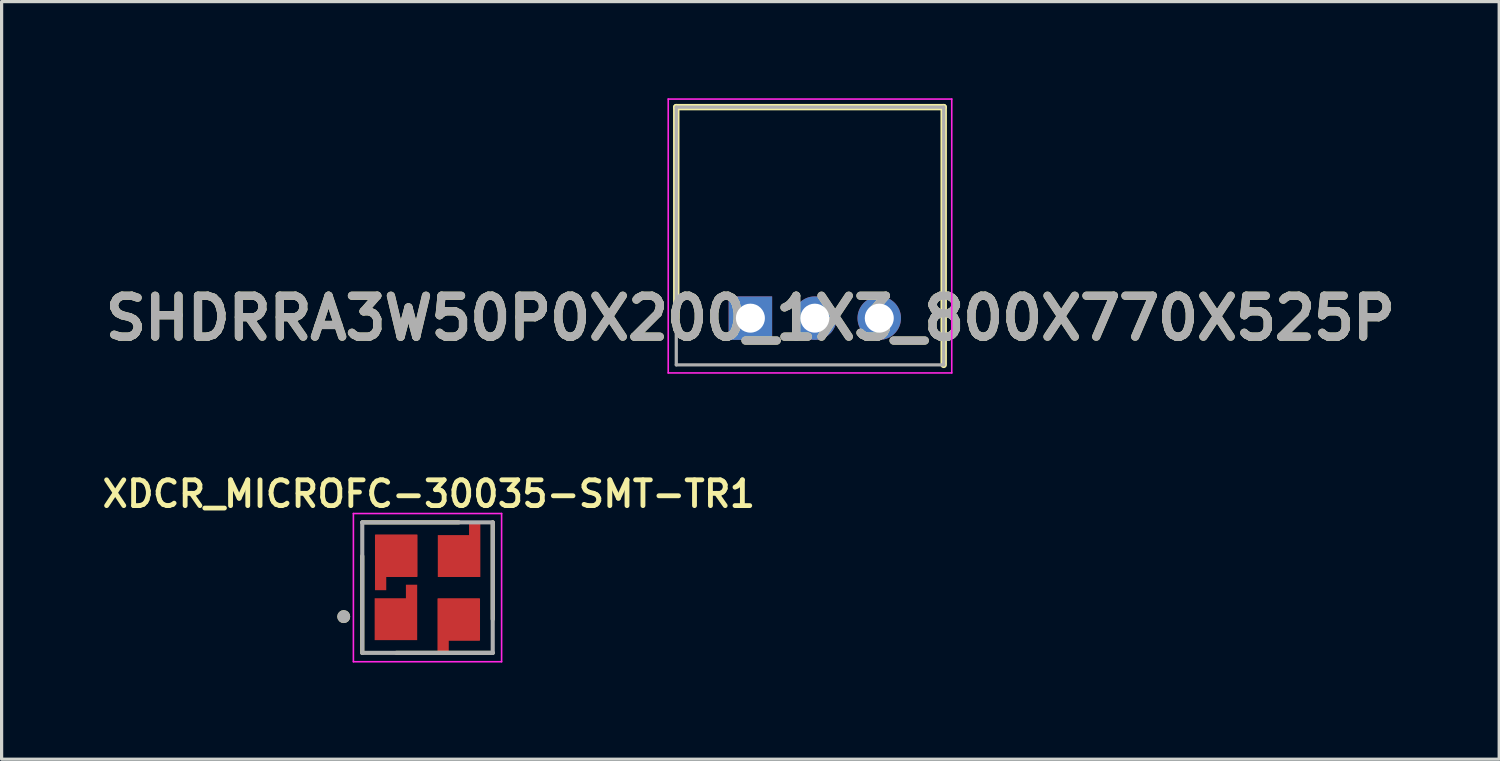
<source format=kicad_pcb>
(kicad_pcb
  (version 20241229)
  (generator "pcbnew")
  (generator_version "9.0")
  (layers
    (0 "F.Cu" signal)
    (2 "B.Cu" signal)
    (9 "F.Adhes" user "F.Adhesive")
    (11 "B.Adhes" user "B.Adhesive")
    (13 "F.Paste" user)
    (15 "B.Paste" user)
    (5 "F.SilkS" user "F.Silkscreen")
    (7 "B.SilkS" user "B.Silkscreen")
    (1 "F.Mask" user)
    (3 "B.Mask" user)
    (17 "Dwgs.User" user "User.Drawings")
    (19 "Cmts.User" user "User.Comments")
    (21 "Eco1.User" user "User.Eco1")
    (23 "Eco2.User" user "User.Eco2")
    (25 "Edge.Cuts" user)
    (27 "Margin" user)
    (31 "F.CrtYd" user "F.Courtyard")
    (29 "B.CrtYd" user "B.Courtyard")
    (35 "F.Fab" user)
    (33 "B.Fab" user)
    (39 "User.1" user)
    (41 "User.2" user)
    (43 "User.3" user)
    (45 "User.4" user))
  (footprint "XDCR_MICROFC-30035-SMT-TR1"
    (layer "F.Cu")
    (at 10.219 15.189)
    (property "Reference" "XDCR_MICROFC-30035-SMT-TR1" (at 0.04 -2.908 0) (layer "F.SilkS") (effects (font (size 0.8 0.8) (thickness 0.15))))
    (attr smd)
    (fp_poly (pts (xy -2.08 -1.69) (xy -0.28 -1.69) (xy -0.28 -0.29) (xy -1.66 -0.29) (xy -1.66 -1.26) (xy -2.08 -1.26)) (stroke (width 0.001) (type solid)) (fill yes) (layer "F.Mask"))
    (fp_poly (pts (xy -1.68 2.09) (xy -1.68 0.29) (xy -0.28 0.29) (xy -0.28 1.67) (xy -1.25 1.67) (xy -1.25 2.09)) (stroke (width 0.001) (type solid)) (fill yes) (layer "F.Mask"))
    (fp_poly (pts (xy 1.68 -2.09) (xy 1.68 -0.29) (xy 0.28 -0.29) (xy 0.28 -1.67) (xy 1.25 -1.67) (xy 1.25 -2.09)) (stroke (width 0.001) (type solid)) (fill yes) (layer "F.Mask"))
    (fp_poly (pts (xy 2.08 1.69) (xy 0.28 1.69) (xy 0.28 0.29) (xy 1.66 0.29) (xy 1.66 1.26) (xy 2.08 1.26)) (stroke (width 0.001) (type solid)) (fill yes) (layer "F.Mask"))
    (fp_line (start -2.025 -2.025) (end 0.97 -2.025) (stroke (width 0.127) (type solid)) (layer "F.SilkS"))
    (fp_line (start -2.025 -0.98) (end -2.025 2.025) (stroke (width 0.127) (type solid)) (layer "F.SilkS"))
    (fp_line (start -0.97 2.025) (end 2.025 2.025) (stroke (width 0.127) (type solid)) (layer "F.SilkS"))
    (fp_line (start 2.025 -2.025) (end 2.025 0.98) (stroke (width 0.127) (type solid)) (layer "F.SilkS"))
    (fp_circle (center -2.6 0.9) (end -2.5 0.9) (stroke (width 0.2) (type solid)) (fill no) (layer "F.SilkS"))
    (fp_poly (pts (xy -2.04 -1.65) (xy -0.32 -1.65) (xy -0.32 -0.33) (xy -1.62 -0.33) (xy -1.62 -1.3) (xy -2.04 -1.3)) (stroke (width 0.0001) (type solid)) (fill yes) (layer "F.Paste"))
    (fp_poly (pts (xy -1.64 0.33) (xy -0.32 0.33) (xy -0.32 1.63) (xy -1.29 1.63) (xy -1.29 2.05) (xy -1.64 2.05)) (stroke (width 0.0001) (type solid)) (fill yes) (layer "F.Paste"))
    (fp_poly (pts (xy 0.32 0.33) (xy 1.62 0.33) (xy 1.62 1.3) (xy 2.04 1.3) (xy 2.04 1.65) (xy 0.32 1.65)) (stroke (width 0.0001) (type solid)) (fill yes) (layer "F.Paste"))
    (fp_poly (pts (xy 1.29 -2.05) (xy 1.64 -2.05) (xy 1.64 -0.33) (xy 0.32 -0.33) (xy 0.32 -1.63) (xy 1.29 -1.63)) (stroke (width 0.0001) (type solid)) (fill yes) (layer "F.Paste"))
    (fp_line (start -2.3 -2.3) (end 2.3 -2.3) (stroke (width 0.05) (type solid)) (layer "F.CrtYd"))
    (fp_line (start -2.3 2.3) (end -2.3 -2.3) (stroke (width 0.05) (type solid)) (layer "F.CrtYd"))
    (fp_line (start 2.3 -2.3) (end 2.3 2.3) (stroke (width 0.05) (type solid)) (layer "F.CrtYd"))
    (fp_line (start 2.3 2.3) (end -2.3 2.3) (stroke (width 0.05) (type solid)) (layer "F.CrtYd"))
    (fp_line (start -2.025 -2.025) (end 2.025 -2.025) (stroke (width 0.127) (type solid)) (layer "F.Fab"))
    (fp_line (start -2.025 2.025) (end -2.025 -2.025) (stroke (width 0.127) (type solid)) (layer "F.Fab"))
    (fp_line (start 2.025 -2.025) (end 2.025 2.025) (stroke (width 0.127) (type solid)) (layer "F.Fab"))
    (fp_line (start 2.025 2.025) (end -2.025 2.025) (stroke (width 0.127) (type solid)) (layer "F.Fab"))
    (fp_circle (center -2.6 0.9) (end -2.5 0.9) (stroke (width 0.2) (type solid)) (fill no) (layer "F.Fab"))
    (pad "1" smd custom (at -0.98 0.98 180) (size 1.32 1.3) (layers "F.Cu") (options (anchor rect)) (primitives (gr_poly (pts (xy -0.66 -0.65) (xy 0.66 -0.65) (xy 0.66 0.65) (xy -0.31 0.65) (xy -0.31 1.07) (xy -0.66 1.07)) (width 0.0001) (fill yes))))
    (pad "2" smd custom (at 0.97 0.99 270) (size 1.32 1.3) (layers "F.Cu") (options (anchor rect)) (primitives (gr_poly (pts (xy -0.65 -0.66) (xy 0.65 -0.66) (xy 0.65 0.31) (xy 1.07 0.31) (xy 1.07 0.66) (xy -0.65 0.66)) (width 0.0001) (fill yes))))
    (pad "3" smd custom (at 0.98 -0.98) (size 1.32 1.3) (layers "F.Cu") (options (anchor rect)) (primitives (gr_poly (pts (xy 0.31 -1.07) (xy 0.66 -1.07) (xy 0.66 0.65) (xy -0.66 0.65) (xy -0.66 -0.65) (xy 0.31 -0.65)) (width 0.0001) (fill yes))))
    (pad "4" smd custom (at -0.97 -0.99 90) (size 1.32 1.3) (layers "F.Cu") (options (anchor rect)) (primitives (gr_poly (pts (xy -1.07 -0.66) (xy 0.65 -0.66) (xy 0.65 0.66) (xy -0.65 0.66) (xy -0.65 -0.31) (xy -1.07 -0.31)) (width 0.0001) (fill yes)))))
  (footprint "SHDRRA3W50P0X200_1X3_800X770X525P"
    (layer "F.Cu")
    (at 20.241 6.825)
    (property "Reference" "SHDRRA3W50P0X200_1X3_800X770X525P" (at 0 0 0) (layer "F.SilkS") (effects (font (size 1.27 1.27) (thickness 0.254))))
    (attr through_hole)
    (fp_line (start -2.3 -6.55) (end 6 -6.55) (stroke (width 0.2) (type solid)) (layer "F.SilkS"))
    (fp_line (start -2.3 0) (end -2.3 -6.55) (stroke (width 0.2) (type solid)) (layer "F.SilkS"))
    (fp_line (start 6 -6.55) (end 6 1.45) (stroke (width 0.2) (type solid)) (layer "F.SilkS"))
    (fp_line (start -2.55 -6.8) (end -2.55 1.7) (stroke (width 0.05) (type solid)) (layer "F.CrtYd"))
    (fp_line (start -2.55 1.7) (end 6.25 1.7) (stroke (width 0.05) (type solid)) (layer "F.CrtYd"))
    (fp_line (start 6.25 -6.8) (end -2.55 -6.8) (stroke (width 0.05) (type solid)) (layer "F.CrtYd"))
    (fp_line (start 6.25 1.7) (end 6.25 -6.8) (stroke (width 0.05) (type solid)) (layer "F.CrtYd"))
    (fp_line (start -2.3 -6.55) (end 6 -6.55) (stroke (width 0.1) (type solid)) (layer "F.Fab"))
    (fp_line (start -2.3 1.45) (end -2.3 -6.55) (stroke (width 0.1) (type solid)) (layer "F.Fab"))
    (fp_line (start 6 -6.55) (end 6 1.45) (stroke (width 0.1) (type solid)) (layer "F.Fab"))
    (fp_line (start 6 1.45) (end -2.3 1.45) (stroke (width 0.1) (type solid)) (layer "F.Fab"))
    (fp_text user "${REFERENCE}" (at 0 0 0) (layer "F.Fab") (effects (font (size 1.27 1.27) (thickness 0.254))))
    (pad "1" thru_hole rect (at 0 0) (size 1.35 1.35) (drill 0.9) (layers "*.Cu" "*.Mask"))
    (pad "2" thru_hole circle (at 2 0) (size 1.35 1.35) (drill 0.9) (layers "*.Cu" "*.Mask"))
    (pad "3" thru_hole circle (at 4 0) (size 1.35 1.35) (drill 0.9) (layers "*.Cu" "*.Mask")))
  (gr_rect
    (start -3 -3)
    (end 43.483 20.514)
    (stroke (width 0.1) (type default))
    (fill no)
    (layer "Edge.Cuts")))
</source>
